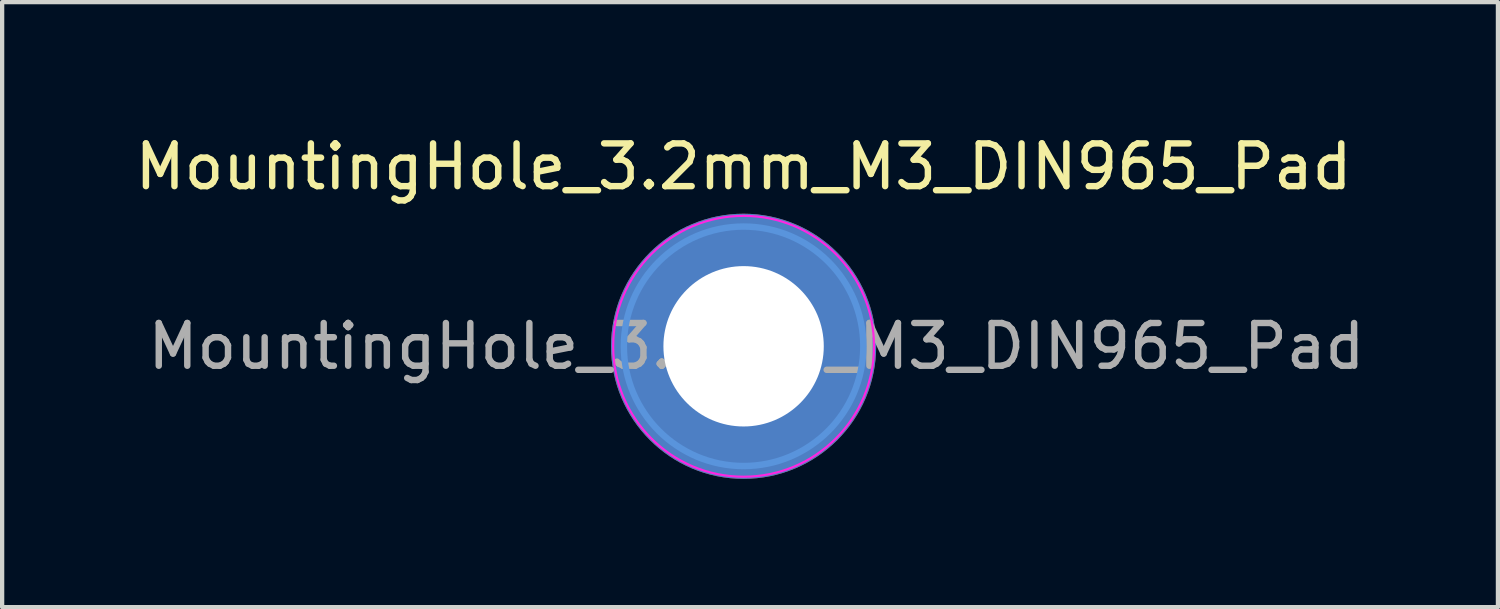
<source format=kicad_pcb>
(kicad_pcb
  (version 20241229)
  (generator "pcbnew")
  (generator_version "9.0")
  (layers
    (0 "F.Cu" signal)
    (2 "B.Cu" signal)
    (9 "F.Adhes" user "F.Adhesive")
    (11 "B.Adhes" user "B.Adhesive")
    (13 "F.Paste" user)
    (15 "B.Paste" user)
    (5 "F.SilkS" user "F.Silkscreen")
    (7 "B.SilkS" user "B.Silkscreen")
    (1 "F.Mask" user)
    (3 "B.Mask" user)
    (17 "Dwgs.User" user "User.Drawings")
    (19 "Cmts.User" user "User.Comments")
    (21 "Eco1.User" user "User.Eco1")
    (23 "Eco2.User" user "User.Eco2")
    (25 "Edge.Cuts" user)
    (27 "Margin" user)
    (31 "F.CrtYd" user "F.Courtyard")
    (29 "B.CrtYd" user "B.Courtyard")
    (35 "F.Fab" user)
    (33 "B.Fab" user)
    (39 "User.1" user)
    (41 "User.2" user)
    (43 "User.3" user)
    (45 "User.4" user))
  (footprint "MountingHole_3.2mm_M3_DIN965_Pad"
    (layer "F.Cu")
    (at 14.339 5.048)
    (property "Reference" "MountingHole_3.2mm_M3_DIN965_Pad" (at 0 -4.2 0) (layer "F.SilkS") (effects (font (size 1 1) (thickness 0.15))))
    (attr exclude_from_pos_files exclude_from_bom)
    (fp_circle (center 0 0) (end 2.8 0) (stroke (width 0.15) (type solid)) (fill no) (layer "Cmts.User"))
    (fp_circle (center 0 0) (end 3.05 0) (stroke (width 0.05) (type solid)) (fill no) (layer "F.CrtYd"))
    (fp_text user "${REFERENCE}" (at 0.3 0 0) (layer "F.Fab") (effects (font (size 1 1) (thickness 0.15))))
    (pad "1" thru_hole circle (at 0 0) (size 6.2 6.2) (drill 3.75) (layers "*.Cu" "*.Mask")))
  (gr_rect
    (start -3 -3)
    (end 31.979 11.148)
    (stroke (width 0.1) (type default))
    (fill no)
    (layer "Edge.Cuts")))
</source>
